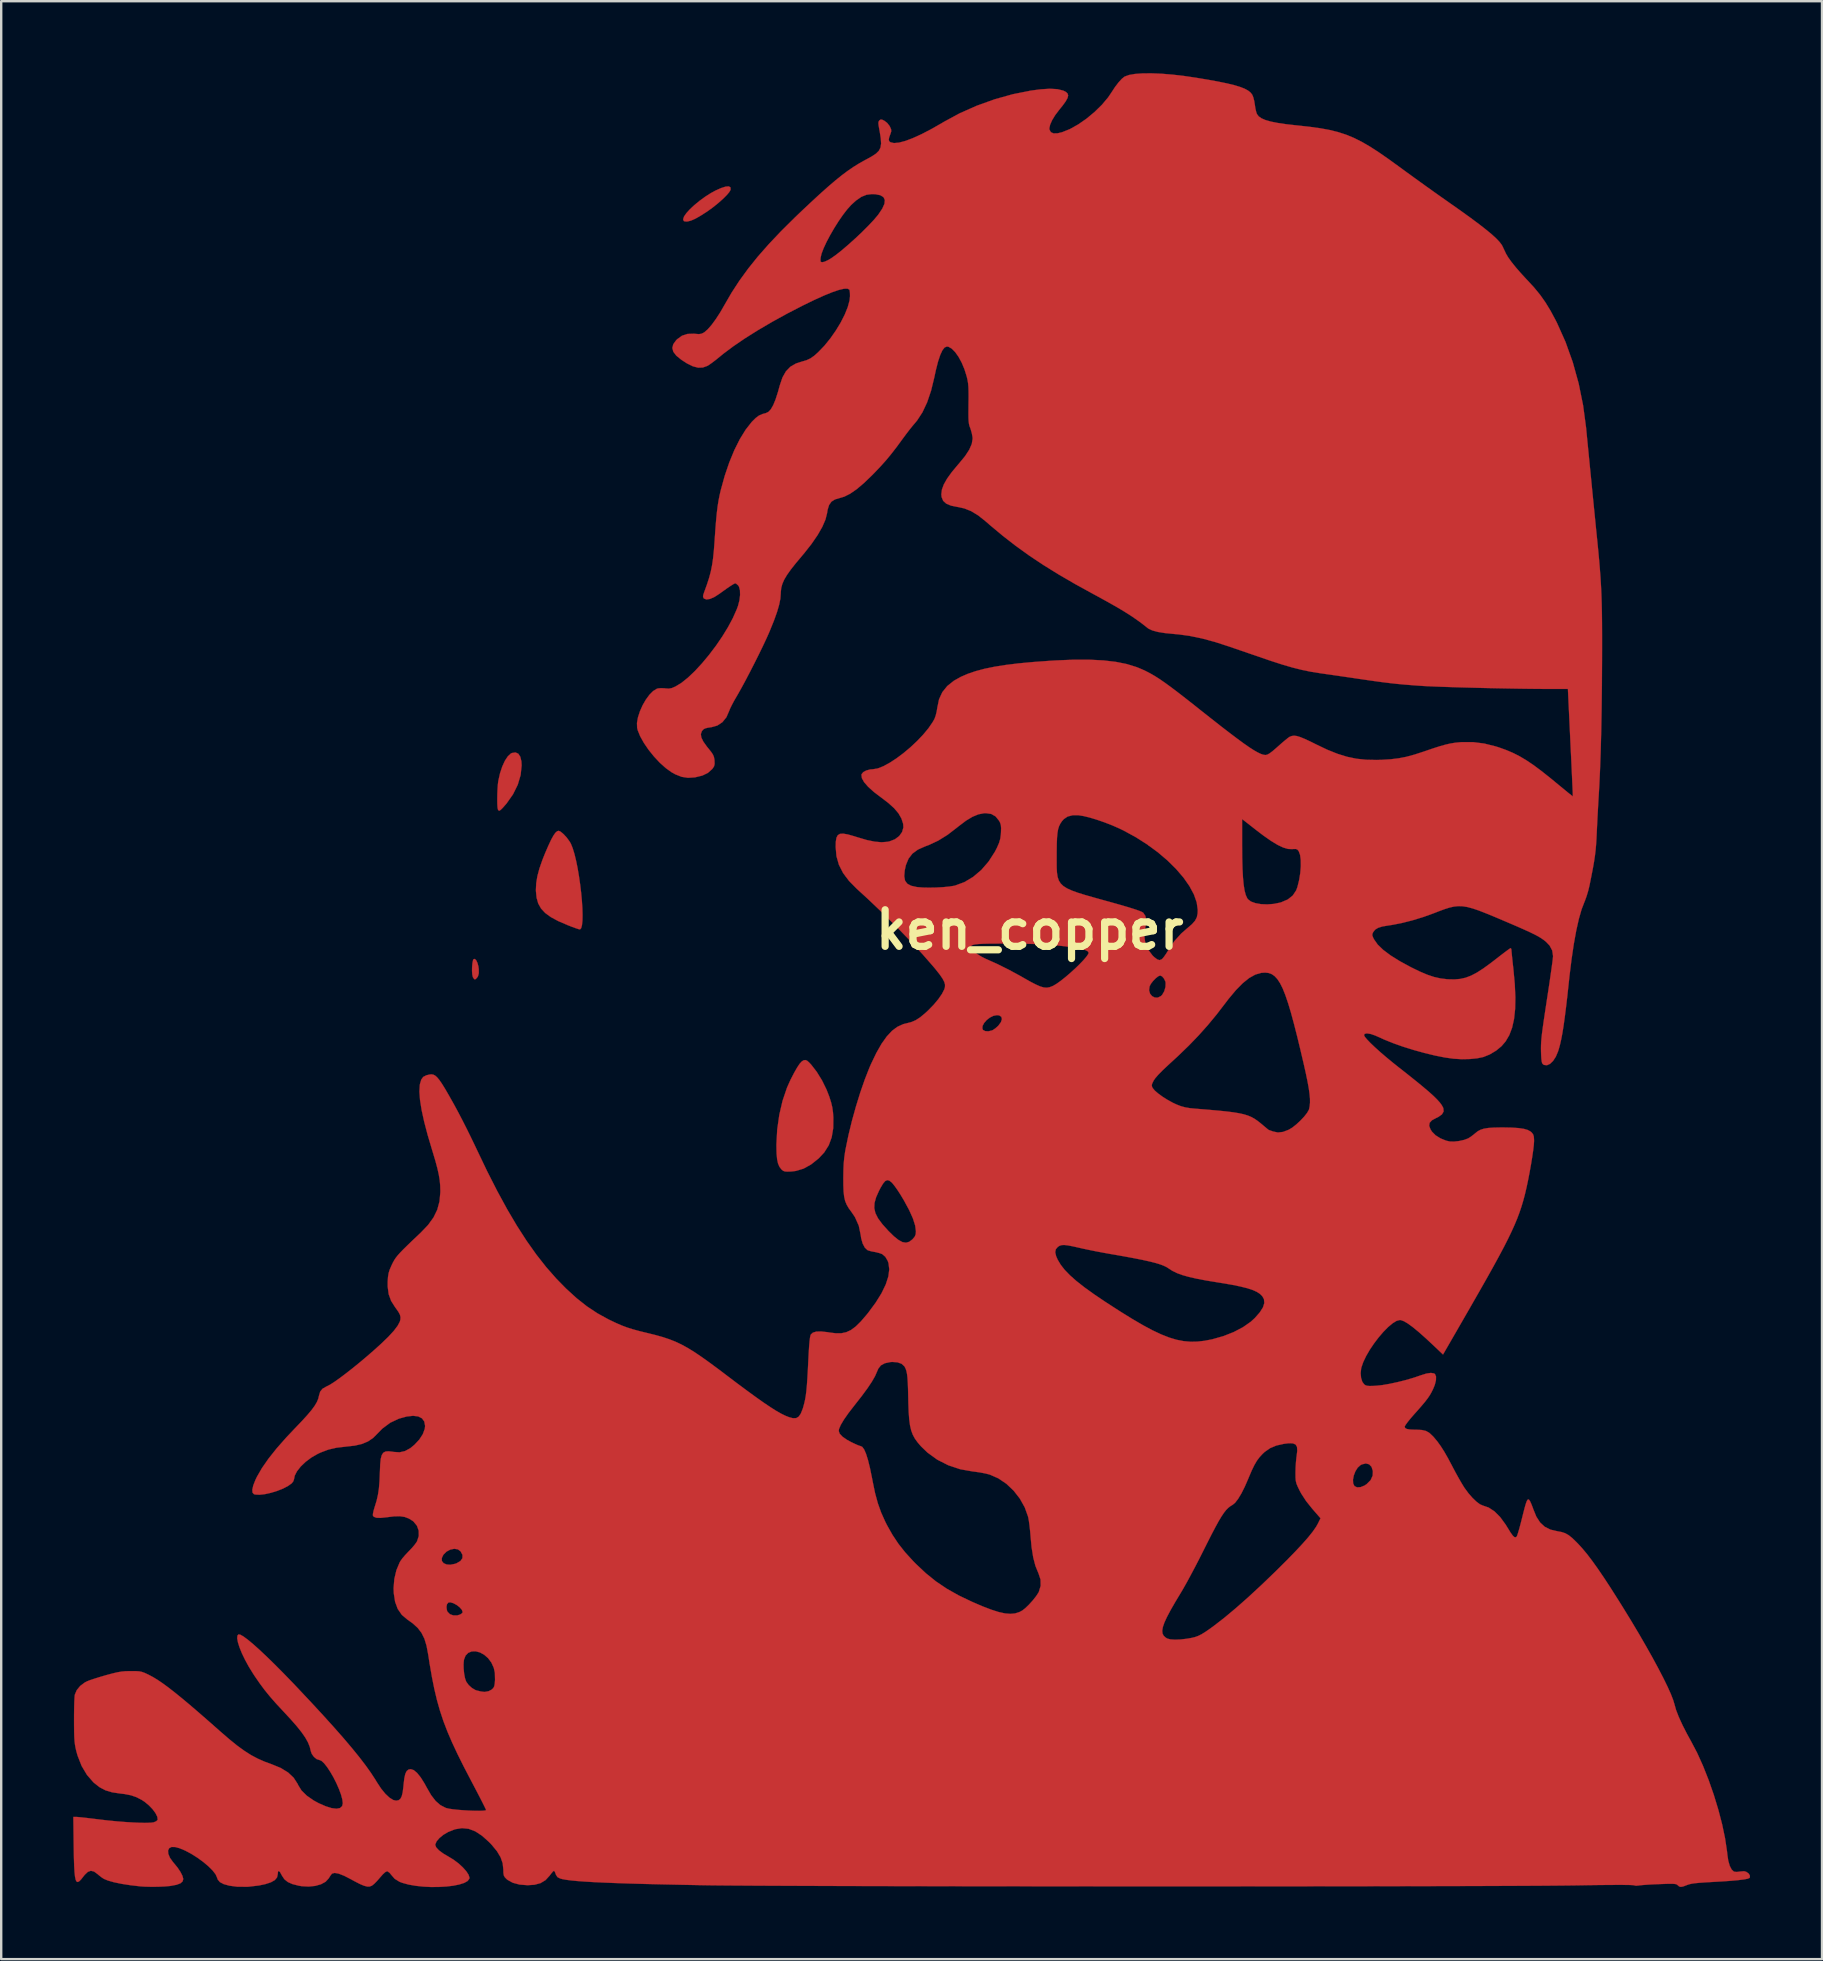
<source format=kicad_pcb>
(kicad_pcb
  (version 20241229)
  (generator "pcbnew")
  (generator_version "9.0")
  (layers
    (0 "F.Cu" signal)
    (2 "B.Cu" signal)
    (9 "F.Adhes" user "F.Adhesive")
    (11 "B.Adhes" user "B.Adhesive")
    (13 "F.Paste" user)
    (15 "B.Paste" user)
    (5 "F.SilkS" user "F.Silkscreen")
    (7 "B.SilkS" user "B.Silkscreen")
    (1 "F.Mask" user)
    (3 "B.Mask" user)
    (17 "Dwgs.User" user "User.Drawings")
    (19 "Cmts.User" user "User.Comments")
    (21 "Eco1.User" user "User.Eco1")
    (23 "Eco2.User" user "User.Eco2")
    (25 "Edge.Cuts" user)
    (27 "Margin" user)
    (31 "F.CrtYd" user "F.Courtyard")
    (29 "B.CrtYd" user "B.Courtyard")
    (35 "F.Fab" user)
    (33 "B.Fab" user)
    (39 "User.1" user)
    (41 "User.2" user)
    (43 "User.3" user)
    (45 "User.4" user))
  (footprint "ken_copper"
    (layer "F.Cu")
    (at 39.848 35.685)
    (property "Reference" "ken_copper" (at 0 0 0) (layer "F.SilkS") (effects (font (size 1.524 1.524) (thickness 0.3))))
    (attr through_hole)
    (fp_poly (pts (xy -23.058 1.272) (xy -23.006 1.382) (xy -22.967 1.528) (xy -22.953 1.633) (xy -22.951 1.808) (xy -22.983 1.93) (xy -23.004 1.968) (xy -23.079 2.056) (xy -23.139 2.061) (xy -23.193 1.983) (xy -23.203 1.958) (xy -23.225 1.852) (xy -23.234 1.703) (xy -23.23 1.539) (xy -23.216 1.385) (xy -23.192 1.269) (xy -23.17 1.224) (xy -23.116 1.214) (xy -23.058 1.272)) (stroke (width 0.01) (type solid)) (fill yes) (layer "F.Cu"))
    (fp_poly (pts (xy -21.305 -7.335) (xy -21.222 -7.209) (xy -21.176 -7.014) (xy -21.167 -6.848) (xy -21.208 -6.448) (xy -21.328 -6.045) (xy -21.524 -5.648) (xy -21.792 -5.266) (xy -21.944 -5.091) (xy -22.041 -4.994) (xy -22.101 -4.959) (xy -22.138 -4.981) (xy -22.157 -5.02) (xy -22.172 -5.105) (xy -22.18 -5.254) (xy -22.182 -5.444) (xy -22.179 -5.656) (xy -22.17 -5.866) (xy -22.157 -6.055) (xy -22.139 -6.201) (xy -22.138 -6.205) (xy -22.067 -6.521) (xy -21.973 -6.804) (xy -21.863 -7.044) (xy -21.742 -7.227) (xy -21.617 -7.343) (xy -21.572 -7.365) (xy -21.423 -7.388) (xy -21.305 -7.335)) (stroke (width 0.01) (type solid)) (fill yes) (layer "F.Cu"))
    (fp_poly (pts (xy -12.468 -30.931) (xy -12.461 -30.841) (xy -12.467 -30.818) (xy -12.523 -30.723) (xy -12.637 -30.592) (xy -12.794 -30.437) (xy -12.982 -30.271) (xy -13.189 -30.104) (xy -13.4 -29.95) (xy -13.462 -29.908) (xy -13.725 -29.74) (xy -13.936 -29.621) (xy -14.105 -29.547) (xy -14.244 -29.511) (xy -14.314 -29.506) (xy -14.402 -29.519) (xy -14.434 -29.572) (xy -14.436 -29.61) (xy -14.401 -29.716) (xy -14.304 -29.855) (xy -14.157 -30.017) (xy -13.971 -30.191) (xy -13.757 -30.367) (xy -13.526 -30.536) (xy -13.29 -30.687) (xy -13.101 -30.791) (xy -12.859 -30.9) (xy -12.67 -30.96) (xy -12.538 -30.97) (xy -12.468 -30.931)) (stroke (width 0.01) (type solid)) (fill yes) (layer "F.Cu"))
    (fp_poly (pts (xy -9.272 5.454) (xy -9.189 5.528) (xy -9.103 5.62) (xy -8.871 5.92) (xy -8.652 6.276) (xy -8.462 6.663) (xy -8.35 6.951) (xy -8.273 7.194) (xy -8.224 7.401) (xy -8.195 7.614) (xy -8.181 7.83) (xy -8.186 8.266) (xy -8.25 8.646) (xy -8.374 8.98) (xy -8.563 9.278) (xy -8.793 9.524) (xy -9.11 9.777) (xy -9.423 9.95) (xy -9.74 10.046) (xy -9.934 10.069) (xy -10.097 10.074) (xy -10.201 10.067) (xy -10.271 10.041) (xy -10.333 9.991) (xy -10.345 9.979) (xy -10.426 9.875) (xy -10.484 9.74) (xy -10.523 9.561) (xy -10.545 9.327) (xy -10.552 9.024) (xy -10.552 8.932) (xy -10.519 8.315) (xy -10.432 7.705) (xy -10.296 7.121) (xy -10.113 6.58) (xy -9.965 6.249) (xy -9.814 5.957) (xy -9.689 5.737) (xy -9.585 5.582) (xy -9.496 5.484) (xy -9.418 5.436) (xy -9.406 5.433) (xy -9.338 5.427) (xy -9.272 5.454)) (stroke (width 0.01) (type solid)) (fill yes) (layer "F.Cu"))
    (fp_poly (pts (xy -19.562 -4.1) (xy -19.47 -4.029) (xy -19.411 -3.976) (xy -19.283 -3.836) (xy -19.164 -3.671) (xy -19.114 -3.583) (xy -19.039 -3.396) (xy -18.966 -3.158) (xy -18.898 -2.877) (xy -18.835 -2.566) (xy -18.778 -2.233) (xy -18.729 -1.889) (xy -18.688 -1.546) (xy -18.657 -1.213) (xy -18.637 -0.9) (xy -18.629 -0.619) (xy -18.634 -0.38) (xy -18.653 -0.192) (xy -18.687 -0.067) (xy -18.734 -0.016) (xy -18.787 -0.026) (xy -18.902 -0.063) (xy -19.062 -0.121) (xy -19.25 -0.194) (xy -19.262 -0.199) (xy -19.644 -0.364) (xy -19.95 -0.529) (xy -20.185 -0.7) (xy -20.358 -0.886) (xy -20.475 -1.095) (xy -20.543 -1.335) (xy -20.571 -1.614) (xy -20.572 -1.675) (xy -20.558 -1.95) (xy -20.51 -2.238) (xy -20.425 -2.556) (xy -20.299 -2.917) (xy -20.187 -3.196) (xy -20.051 -3.51) (xy -19.938 -3.751) (xy -19.842 -3.925) (xy -19.761 -4.041) (xy -19.689 -4.104) (xy -19.684 -4.107) (xy -19.627 -4.123) (xy -19.562 -4.1)) (stroke (width 0.01) (type solid)) (fill yes) (layer "F.Cu"))
    (fp_poly (pts (xy 5.494 -35.663) (xy 5.958 -35.625) (xy 6.454 -35.567) (xy 6.914 -35.499) (xy 7.426 -35.414) (xy 7.861 -35.334) (xy 8.224 -35.259) (xy 8.523 -35.187) (xy 8.763 -35.114) (xy 8.951 -35.041) (xy 9.094 -34.964) (xy 9.197 -34.882) (xy 9.268 -34.793) (xy 9.314 -34.682) (xy 9.354 -34.524) (xy 9.377 -34.381) (xy 9.402 -34.216) (xy 9.436 -34.069) (xy 9.467 -33.983) (xy 9.539 -33.888) (xy 9.655 -33.806) (xy 9.821 -33.734) (xy 10.044 -33.67) (xy 10.331 -33.613) (xy 10.688 -33.56) (xy 11.123 -33.511) (xy 11.176 -33.506) (xy 11.667 -33.452) (xy 12.101 -33.392) (xy 12.489 -33.321) (xy 12.845 -33.233) (xy 13.181 -33.124) (xy 13.508 -32.989) (xy 13.839 -32.823) (xy 14.186 -32.621) (xy 14.562 -32.377) (xy 14.978 -32.087) (xy 15.388 -31.79) (xy 15.719 -31.548) (xy 16.085 -31.283) (xy 16.465 -31.009) (xy 16.839 -30.742) (xy 17.185 -30.497) (xy 17.462 -30.302) (xy 17.947 -29.961) (xy 18.364 -29.66) (xy 18.717 -29.398) (xy 19.009 -29.17) (xy 19.246 -28.974) (xy 19.431 -28.805) (xy 19.568 -28.661) (xy 19.661 -28.539) (xy 19.698 -28.472) (xy 19.767 -28.326) (xy 19.838 -28.175) (xy 19.844 -28.163) (xy 19.929 -28.018) (xy 20.066 -27.827) (xy 20.244 -27.604) (xy 20.454 -27.362) (xy 20.684 -27.112) (xy 20.723 -27.072) (xy 21.012 -26.758) (xy 21.261 -26.455) (xy 21.484 -26.139) (xy 21.697 -25.79) (xy 21.913 -25.387) (xy 21.966 -25.283) (xy 22.32 -24.492) (xy 22.623 -23.646) (xy 22.869 -22.758) (xy 23.055 -21.841) (xy 23.176 -20.934) (xy 23.226 -20.416) (xy 23.28 -19.869) (xy 23.335 -19.307) (xy 23.391 -18.743) (xy 23.445 -18.19) (xy 23.498 -17.662) (xy 23.547 -17.172) (xy 23.59 -16.734) (xy 23.628 -16.362) (xy 23.641 -16.235) (xy 23.685 -15.792) (xy 23.722 -15.391) (xy 23.753 -15.02) (xy 23.779 -14.668) (xy 23.8 -14.323) (xy 23.816 -13.972) (xy 23.828 -13.605) (xy 23.837 -13.21) (xy 23.842 -12.775) (xy 23.844 -12.289) (xy 23.844 -11.739) (xy 23.843 -11.218) (xy 23.837 -10.178) (xy 23.825 -9.201) (xy 23.809 -8.292) (xy 23.787 -7.454) (xy 23.76 -6.69) (xy 23.728 -6.005) (xy 23.704 -5.588) (xy 23.688 -5.325) (xy 23.671 -5.007) (xy 23.652 -4.662) (xy 23.635 -4.318) (xy 23.623 -4.061) (xy 23.609 -3.774) (xy 23.593 -3.527) (xy 23.573 -3.301) (xy 23.546 -3.079) (xy 23.511 -2.845) (xy 23.465 -2.581) (xy 23.405 -2.27) (xy 23.33 -1.895) (xy 23.322 -1.855) (xy 23.27 -1.637) (xy 23.203 -1.412) (xy 23.134 -1.219) (xy 23.112 -1.166) (xy 22.991 -0.852) (xy 22.877 -0.454) (xy 22.769 0.026) (xy 22.667 0.588) (xy 22.572 1.231) (xy 22.483 1.954) (xy 22.459 2.18) (xy 22.398 2.746) (xy 22.341 3.235) (xy 22.288 3.655) (xy 22.238 4.013) (xy 22.189 4.318) (xy 22.139 4.576) (xy 22.089 4.797) (xy 22.036 4.987) (xy 22.013 5.06) (xy 21.918 5.286) (xy 21.802 5.464) (xy 21.676 5.585) (xy 21.547 5.643) (xy 21.426 5.629) (xy 21.389 5.607) (xy 21.355 5.569) (xy 21.332 5.503) (xy 21.317 5.393) (xy 21.306 5.225) (xy 21.301 5.073) (xy 21.299 4.94) (xy 21.301 4.807) (xy 21.308 4.664) (xy 21.322 4.501) (xy 21.343 4.308) (xy 21.374 4.074) (xy 21.414 3.789) (xy 21.466 3.443) (xy 21.529 3.026) (xy 21.544 2.927) (xy 21.601 2.555) (xy 21.654 2.204) (xy 21.7 1.883) (xy 21.74 1.602) (xy 21.771 1.373) (xy 21.792 1.205) (xy 21.801 1.107) (xy 21.802 1.095) (xy 21.767 0.861) (xy 21.658 0.656) (xy 21.509 0.5) (xy 21.417 0.426) (xy 21.314 0.354) (xy 21.191 0.279) (xy 21.039 0.198) (xy 20.848 0.105) (xy 20.61 -0.004) (xy 20.314 -0.135) (xy 19.953 -0.29) (xy 19.812 -0.35) (xy 19.384 -0.532) (xy 19.022 -0.681) (xy 18.718 -0.8) (xy 18.459 -0.888) (xy 18.235 -0.948) (xy 18.037 -0.98) (xy 17.852 -0.986) (xy 17.672 -0.967) (xy 17.484 -0.924) (xy 17.279 -0.859) (xy 17.046 -0.773) (xy 16.849 -0.696) (xy 16.407 -0.536) (xy 15.947 -0.395) (xy 15.496 -0.281) (xy 15.08 -0.2) (xy 14.941 -0.18) (xy 14.692 -0.138) (xy 14.513 -0.082) (xy 14.389 -0.005) (xy 14.31 0.095) (xy 14.275 0.17) (xy 14.273 0.236) (xy 14.306 0.324) (xy 14.348 0.405) (xy 14.496 0.615) (xy 14.725 0.836) (xy 15.034 1.068) (xy 15.425 1.311) (xy 15.883 1.56) (xy 16.248 1.738) (xy 16.562 1.871) (xy 16.843 1.965) (xy 17.109 2.025) (xy 17.378 2.058) (xy 17.444 2.062) (xy 17.701 2.067) (xy 17.935 2.046) (xy 18.16 1.996) (xy 18.387 1.91) (xy 18.629 1.783) (xy 18.898 1.61) (xy 19.206 1.386) (xy 19.438 1.207) (xy 19.626 1.061) (xy 19.791 0.935) (xy 19.922 0.838) (xy 20.007 0.778) (xy 20.034 0.763) (xy 20.062 0.797) (xy 20.067 0.836) (xy 20.072 0.901) (xy 20.085 1.035) (xy 20.104 1.222) (xy 20.128 1.448) (xy 20.151 1.651) (xy 20.208 2.272) (xy 20.232 2.82) (xy 20.222 3.3) (xy 20.177 3.718) (xy 20.096 4.079) (xy 19.979 4.389) (xy 19.824 4.651) (xy 19.657 4.847) (xy 19.429 5.035) (xy 19.16 5.195) (xy 18.902 5.299) (xy 18.648 5.353) (xy 18.338 5.384) (xy 18 5.391) (xy 17.66 5.371) (xy 17.658 5.371) (xy 17.302 5.321) (xy 16.891 5.24) (xy 16.447 5.132) (xy 15.991 5.006) (xy 15.543 4.866) (xy 15.126 4.718) (xy 14.761 4.57) (xy 14.621 4.505) (xy 14.382 4.4) (xy 14.186 4.336) (xy 14.04 4.315) (xy 13.952 4.337) (xy 13.928 4.39) (xy 13.96 4.457) (xy 14.052 4.568) (xy 14.195 4.717) (xy 14.382 4.895) (xy 14.606 5.097) (xy 14.858 5.313) (xy 15.131 5.538) (xy 15.35 5.713) (xy 15.761 6.036) (xy 16.108 6.314) (xy 16.398 6.552) (xy 16.636 6.754) (xy 16.826 6.926) (xy 16.973 7.071) (xy 17.084 7.195) (xy 17.164 7.303) (xy 17.217 7.399) (xy 17.231 7.433) (xy 17.243 7.568) (xy 17.172 7.691) (xy 17.02 7.799) (xy 16.941 7.836) (xy 16.76 7.933) (xy 16.66 8.04) (xy 16.641 8.166) (xy 16.698 8.318) (xy 16.761 8.413) (xy 16.909 8.562) (xy 17.114 8.69) (xy 17.346 8.784) (xy 17.498 8.819) (xy 17.674 8.824) (xy 17.887 8.8) (xy 18.098 8.753) (xy 18.266 8.69) (xy 18.377 8.62) (xy 18.505 8.523) (xy 18.55 8.484) (xy 18.661 8.396) (xy 18.781 8.331) (xy 18.924 8.285) (xy 19.104 8.256) (xy 19.336 8.241) (xy 19.634 8.235) (xy 19.727 8.235) (xy 20.085 8.242) (xy 20.369 8.261) (xy 20.588 8.293) (xy 20.751 8.341) (xy 20.869 8.407) (xy 20.916 8.449) (xy 20.972 8.524) (xy 21.001 8.615) (xy 21.01 8.751) (xy 21.01 8.816) (xy 20.999 8.976) (xy 20.972 9.202) (xy 20.932 9.477) (xy 20.882 9.784) (xy 20.824 10.106) (xy 20.762 10.427) (xy 20.698 10.73) (xy 20.635 10.999) (xy 20.623 11.049) (xy 20.556 11.297) (xy 20.483 11.54) (xy 20.401 11.783) (xy 20.307 12.033) (xy 20.197 12.296) (xy 20.069 12.579) (xy 19.92 12.888) (xy 19.746 13.23) (xy 19.543 13.611) (xy 19.31 14.037) (xy 19.043 14.515) (xy 18.738 15.052) (xy 18.393 15.654) (xy 18.334 15.758) (xy 17.218 17.694) (xy 16.851 17.345) (xy 16.503 17.02) (xy 16.207 16.757) (xy 15.958 16.552) (xy 15.754 16.403) (xy 15.591 16.307) (xy 15.465 16.261) (xy 15.419 16.256) (xy 15.282 16.292) (xy 15.116 16.394) (xy 14.931 16.549) (xy 14.735 16.748) (xy 14.537 16.979) (xy 14.345 17.231) (xy 14.168 17.494) (xy 14.016 17.756) (xy 13.896 18.006) (xy 13.817 18.235) (xy 13.808 18.272) (xy 13.787 18.471) (xy 13.804 18.666) (xy 13.856 18.831) (xy 13.933 18.936) (xy 13.99 18.975) (xy 14.058 18.997) (xy 14.159 19.005) (xy 14.311 19.002) (xy 14.436 18.995) (xy 14.688 18.968) (xy 14.995 18.915) (xy 15.333 18.842) (xy 15.678 18.755) (xy 16.007 18.658) (xy 16.272 18.567) (xy 16.519 18.489) (xy 16.711 18.46) (xy 16.843 18.481) (xy 16.883 18.508) (xy 16.927 18.609) (xy 16.924 18.763) (xy 16.876 18.957) (xy 16.805 19.13) (xy 16.738 19.265) (xy 16.666 19.391) (xy 16.579 19.519) (xy 16.469 19.662) (xy 16.325 19.834) (xy 16.138 20.048) (xy 16.014 20.186) (xy 15.871 20.351) (xy 15.751 20.499) (xy 15.665 20.616) (xy 15.623 20.689) (xy 15.621 20.7) (xy 15.641 20.756) (xy 15.708 20.795) (xy 15.832 20.817) (xy 16.026 20.827) (xy 16.121 20.827) (xy 16.343 20.839) (xy 16.512 20.88) (xy 16.655 20.964) (xy 16.802 21.103) (xy 16.843 21.149) (xy 16.987 21.323) (xy 17.124 21.513) (xy 17.266 21.736) (xy 17.42 22.005) (xy 17.596 22.336) (xy 17.623 22.388) (xy 17.746 22.62) (xy 17.875 22.853) (xy 17.997 23.063) (xy 18.098 23.228) (xy 18.121 23.262) (xy 18.276 23.472) (xy 18.442 23.663) (xy 18.606 23.821) (xy 18.754 23.932) (xy 18.866 23.982) (xy 19.12 24.07) (xy 19.362 24.229) (xy 19.596 24.463) (xy 19.825 24.776) (xy 19.92 24.929) (xy 20.037 25.119) (xy 20.125 25.24) (xy 20.192 25.301) (xy 20.247 25.308) (xy 20.285 25.283) (xy 20.31 25.228) (xy 20.349 25.106) (xy 20.4 24.933) (xy 20.456 24.722) (xy 20.49 24.589) (xy 20.564 24.292) (xy 20.622 24.068) (xy 20.668 23.909) (xy 20.705 23.806) (xy 20.737 23.749) (xy 20.765 23.73) (xy 20.795 23.74) (xy 20.805 23.748) (xy 20.846 23.81) (xy 20.901 23.93) (xy 20.961 24.085) (xy 20.976 24.13) (xy 21.106 24.449) (xy 21.264 24.693) (xy 21.456 24.87) (xy 21.694 24.989) (xy 21.984 25.057) (xy 22.161 25.09) (xy 22.31 25.14) (xy 22.45 25.219) (xy 22.599 25.338) (xy 22.775 25.508) (xy 22.843 25.577) (xy 23.026 25.778) (xy 23.221 26.012) (xy 23.431 26.288) (xy 23.662 26.61) (xy 23.917 26.984) (xy 24.201 27.418) (xy 24.517 27.916) (xy 24.731 28.258) (xy 25.065 28.803) (xy 25.381 29.333) (xy 25.675 29.842) (xy 25.945 30.322) (xy 26.186 30.768) (xy 26.397 31.174) (xy 26.573 31.534) (xy 26.711 31.842) (xy 26.808 32.091) (xy 26.861 32.27) (xy 26.927 32.503) (xy 27.039 32.793) (xy 27.193 33.129) (xy 27.383 33.501) (xy 27.545 33.795) (xy 27.802 34.283) (xy 28.05 34.832) (xy 28.284 35.423) (xy 28.499 36.038) (xy 28.688 36.66) (xy 28.847 37.271) (xy 28.969 37.854) (xy 29.049 38.39) (xy 29.063 38.523) (xy 29.101 38.781) (xy 29.162 38.994) (xy 29.242 39.149) (xy 29.334 39.233) (xy 29.345 39.238) (xy 29.456 39.251) (xy 29.584 39.234) (xy 29.759 39.219) (xy 29.848 39.244) (xy 29.945 39.31) (xy 30.001 39.397) (xy 30.001 39.478) (xy 29.986 39.5) (xy 29.912 39.532) (xy 29.754 39.562) (xy 29.512 39.592) (xy 29.189 39.621) (xy 28.784 39.648) (xy 28.469 39.666) (xy 28.149 39.684) (xy 27.901 39.702) (xy 27.712 39.72) (xy 27.57 39.741) (xy 27.462 39.767) (xy 27.382 39.795) (xy 27.227 39.854) (xy 27.125 39.873) (xy 27.054 39.854) (xy 26.997 39.804) (xy 26.966 39.777) (xy 26.919 39.758) (xy 26.845 39.747) (xy 26.729 39.743) (xy 26.56 39.745) (xy 26.325 39.753) (xy 26.218 39.757) (xy 25.97 39.767) (xy 25.743 39.78) (xy 25.553 39.794) (xy 25.418 39.807) (xy 25.368 39.814) (xy 25.258 39.825) (xy 25.18 39.808) (xy 25.177 39.807) (xy 25.124 39.799) (xy 24.991 39.793) (xy 24.783 39.79) (xy 24.505 39.789) (xy 24.163 39.791) (xy 23.762 39.794) (xy 23.306 39.8) (xy 22.839 39.808) (xy 22.554 39.812) (xy 22.188 39.816) (xy 21.746 39.82) (xy 21.231 39.824) (xy 20.647 39.827) (xy 19.999 39.83) (xy 19.289 39.833) (xy 18.522 39.836) (xy 17.703 39.838) (xy 16.834 39.84) (xy 15.92 39.842) (xy 14.964 39.844) (xy 13.972 39.846) (xy 12.946 39.847) (xy 11.89 39.848) (xy 10.809 39.85) (xy 9.706 39.85) (xy 8.586 39.851) (xy 7.452 39.851) (xy 6.308 39.851) (xy 5.159 39.851) (xy 4.007 39.851) (xy 2.858 39.851) (xy 1.714 39.85) (xy 0.58 39.849) (xy -0.54 39.848) (xy -1.642 39.847) (xy -2.722 39.846) (xy -3.777 39.844) (xy -4.802 39.842) (xy -5.794 39.84) (xy -6.749 39.838) (xy -7.662 39.836) (xy -8.529 39.833) (xy -9.348 39.83) (xy -10.113 39.827) (xy -10.821 39.824) (xy -11.468 39.821) (xy -12.051 39.817) (xy -12.564 39.814) (xy -13.004 39.81) (xy -13.368 39.806) (xy -13.651 39.801) (xy -13.652 39.801) (xy -14.526 39.784) (xy -15.319 39.767) (xy -16.033 39.75) (xy -16.672 39.732) (xy -17.239 39.713) (xy -17.738 39.693) (xy -18.171 39.673) (xy -18.541 39.651) (xy -18.853 39.628) (xy -19.109 39.603) (xy -19.312 39.577) (xy -19.465 39.549) (xy -19.555 39.525) (xy -19.673 39.466) (xy -19.736 39.37) (xy -19.747 39.338) (xy -19.783 39.246) (xy -19.817 39.201) (xy -19.821 39.201) (xy -19.862 39.232) (xy -19.933 39.315) (xy -20.003 39.407) (xy -20.172 39.591) (xy -20.378 39.715) (xy -20.633 39.784) (xy -20.921 39.802) (xy -21.254 39.776) (xy -21.534 39.701) (xy -21.752 39.581) (xy -21.8 39.541) (xy -21.871 39.466) (xy -21.91 39.393) (xy -21.926 39.29) (xy -21.929 39.148) (xy -21.956 38.889) (xy -22.044 38.638) (xy -22.196 38.383) (xy -22.42 38.112) (xy -22.523 38.005) (xy -22.818 37.741) (xy -23.1 37.557) (xy -23.377 37.452) (xy -23.655 37.425) (xy -23.942 37.472) (xy -24.228 37.585) (xy -24.426 37.702) (xy -24.591 37.836) (xy -24.708 37.973) (xy -24.763 38.099) (xy -24.765 38.126) (xy -24.726 38.226) (xy -24.616 38.346) (xy -24.441 38.477) (xy -24.212 38.613) (xy -24.209 38.614) (xy -23.997 38.744) (xy -23.796 38.895) (xy -23.62 39.056) (xy -23.477 39.216) (xy -23.38 39.363) (xy -23.34 39.484) (xy -23.345 39.532) (xy -23.417 39.627) (xy -23.56 39.707) (xy -23.764 39.772) (xy -24.016 39.823) (xy -24.304 39.857) (xy -24.616 39.875) (xy -24.942 39.877) (xy -25.268 39.861) (xy -25.583 39.827) (xy -25.876 39.776) (xy -26.134 39.705) (xy -26.253 39.66) (xy -26.455 39.536) (xy -26.577 39.396) (xy -26.668 39.286) (xy -26.751 39.227) (xy -26.775 39.222) (xy -26.845 39.255) (xy -26.948 39.348) (xy -27.071 39.488) (xy -27.075 39.493) (xy -27.194 39.629) (xy -27.308 39.745) (xy -27.399 39.818) (xy -27.412 39.826) (xy -27.501 39.857) (xy -27.604 39.857) (xy -27.735 39.824) (xy -27.904 39.752) (xy -28.125 39.639) (xy -28.279 39.554) (xy -28.561 39.409) (xy -28.786 39.321) (xy -28.954 39.29) (xy -29.062 39.318) (xy -29.079 39.333) (xy -29.136 39.409) (xy -29.203 39.514) (xy -29.208 39.522) (xy -29.335 39.659) (xy -29.526 39.763) (xy -29.766 39.831) (xy -30.039 39.859) (xy -30.33 39.843) (xy -30.454 39.822) (xy -30.716 39.755) (xy -30.909 39.669) (xy -31.049 39.556) (xy -31.15 39.406) (xy -31.158 39.39) (xy -31.231 39.259) (xy -31.284 39.208) (xy -31.317 39.239) (xy -31.327 39.342) (xy -31.356 39.477) (xy -31.449 39.589) (xy -31.611 39.681) (xy -31.846 39.758) (xy -32.112 39.814) (xy -32.572 39.868) (xy -33.004 39.867) (xy -33.343 39.822) (xy -33.578 39.757) (xy -33.737 39.673) (xy -33.828 39.565) (xy -33.853 39.492) (xy -33.915 39.351) (xy -34.041 39.188) (xy -34.22 39.01) (xy -34.436 38.829) (xy -34.678 38.654) (xy -34.931 38.494) (xy -35.183 38.36) (xy -35.42 38.261) (xy -35.595 38.213) (xy -35.75 38.209) (xy -35.851 38.261) (xy -35.897 38.36) (xy -35.887 38.495) (xy -35.82 38.656) (xy -35.694 38.835) (xy -35.661 38.873) (xy -35.507 39.061) (xy -35.382 39.246) (xy -35.298 39.411) (xy -35.264 39.538) (xy -35.264 39.547) (xy -35.292 39.646) (xy -35.382 39.724) (xy -35.542 39.784) (xy -35.776 39.829) (xy -35.825 39.836) (xy -36.046 39.855) (xy -36.318 39.867) (xy -36.606 39.869) (xy -36.877 39.862) (xy -37.042 39.851) (xy -37.46 39.803) (xy -37.834 39.745) (xy -38.155 39.678) (xy -38.411 39.605) (xy -38.57 39.538) (xy -38.662 39.478) (xy -38.779 39.387) (xy -38.833 39.34) (xy -38.981 39.233) (xy -39.112 39.201) (xy -39.238 39.246) (xy -39.369 39.37) (xy -39.428 39.444) (xy -39.519 39.56) (xy -39.595 39.637) (xy -39.657 39.669) (xy -39.705 39.653) (xy -39.744 39.582) (xy -39.772 39.452) (xy -39.793 39.258) (xy -39.808 38.994) (xy -39.819 38.657) (xy -39.826 38.24) (xy -39.827 38.195) (xy -39.843 36.957) (xy -39.723 36.957) (xy -39.645 36.963) (xy -39.498 36.977) (xy -39.297 36.999) (xy -39.057 37.028) (xy -38.793 37.06) (xy -38.756 37.065) (xy -38.389 37.107) (xy -38.02 37.143) (xy -37.663 37.171) (xy -37.33 37.191) (xy -37.033 37.203) (xy -36.784 37.205) (xy -36.596 37.197) (xy -36.491 37.182) (xy -36.389 37.137) (xy -36.332 37.081) (xy -36.33 37.072) (xy -36.344 36.953) (xy -36.418 36.803) (xy -36.539 36.638) (xy -36.695 36.475) (xy -36.874 36.327) (xy -36.993 36.249) (xy -37.214 36.135) (xy -37.443 36.056) (xy -37.707 36.004) (xy -37.888 35.983) (xy -38.226 35.933) (xy -38.506 35.849) (xy -38.75 35.72) (xy -38.983 35.537) (xy -39.009 35.513) (xy -39.276 35.206) (xy -39.497 34.835) (xy -39.666 34.405) (xy -39.718 34.221) (xy -39.75 34.083) (xy -39.774 33.951) (xy -39.791 33.81) (xy -39.802 33.644) (xy -39.809 33.437) (xy -39.812 33.173) (xy -39.813 32.935) (xy -39.812 32.656) (xy -39.808 32.395) (xy -39.802 32.169) (xy -39.793 31.994) (xy -39.784 31.883) (xy -39.781 31.866) (xy -39.702 31.678) (xy -39.557 31.501) (xy -39.364 31.356) (xy -39.264 31.305) (xy -39.145 31.259) (xy -38.965 31.199) (xy -38.748 31.131) (xy -38.516 31.063) (xy -38.46 31.047) (xy -38.202 30.978) (xy -38 30.931) (xy -37.828 30.902) (xy -37.662 30.887) (xy -37.477 30.883) (xy -37.442 30.883) (xy -37.242 30.884) (xy -37.099 30.893) (xy -36.983 30.917) (xy -36.866 30.96) (xy -36.719 31.029) (xy -36.69 31.043) (xy -36.52 31.134) (xy -36.334 31.247) (xy -36.127 31.387) (xy -35.895 31.557) (xy -35.631 31.762) (xy -35.331 32.005) (xy -34.99 32.29) (xy -34.602 32.623) (xy -34.163 33.006) (xy -33.718 33.399) (xy -33.348 33.719) (xy -33.021 33.984) (xy -32.722 34.201) (xy -32.44 34.381) (xy -32.16 34.53) (xy -31.87 34.657) (xy -31.586 34.761) (xy -31.204 34.918) (xy -30.898 35.105) (xy -30.664 35.325) (xy -30.499 35.581) (xy -30.477 35.63) (xy -30.338 35.856) (xy -30.119 36.072) (xy -29.826 36.275) (xy -29.619 36.387) (xy -29.327 36.515) (xy -29.079 36.592) (xy -28.879 36.616) (xy -28.733 36.588) (xy -28.644 36.508) (xy -28.617 36.391) (xy -28.638 36.223) (xy -28.694 36.018) (xy -28.78 35.787) (xy -28.887 35.545) (xy -29.009 35.304) (xy -29.139 35.079) (xy -29.27 34.881) (xy -29.394 34.724) (xy -29.504 34.622) (xy -29.591 34.586) (xy -29.705 34.55) (xy -29.819 34.456) (xy -29.91 34.331) (xy -29.951 34.213) (xy -29.993 34.038) (xy -30.066 33.856) (xy -30.176 33.658) (xy -30.329 33.436) (xy -30.53 33.184) (xy -30.785 32.892) (xy -31.098 32.554) (xy -31.107 32.545) (xy -31.405 32.224) (xy -31.655 31.938) (xy -31.875 31.667) (xy -32.08 31.391) (xy -32.288 31.089) (xy -32.361 30.977) (xy -32.538 30.69) (xy -32.692 30.407) (xy -32.821 30.139) (xy -32.92 29.895) (xy -32.986 29.685) (xy -33.016 29.518) (xy -33.006 29.403) (xy -32.962 29.354) (xy -32.885 29.367) (xy -32.756 29.44) (xy -32.579 29.571) (xy -32.356 29.756) (xy -32.091 29.993) (xy -31.787 30.279) (xy -31.449 30.609) (xy -31.079 30.982) (xy -30.68 31.394) (xy -30.496 31.588) (xy -29.932 32.188) (xy -29.428 32.734) (xy -28.979 33.231) (xy -28.582 33.682) (xy -28.235 34.092) (xy -27.932 34.465) (xy -27.672 34.804) (xy -27.451 35.114) (xy -27.265 35.398) (xy -27.197 35.511) (xy -27.023 35.776) (xy -26.845 35.994) (xy -26.672 36.156) (xy -26.513 36.254) (xy -26.398 36.28) (xy -26.297 36.263) (xy -26.22 36.207) (xy -26.163 36.1) (xy -26.122 35.932) (xy -26.092 35.694) (xy -26.084 35.607) (xy -26.054 35.349) (xy -26.013 35.165) (xy -25.956 35.047) (xy -25.878 34.984) (xy -25.785 34.967) (xy -25.661 35.008) (xy -25.521 35.126) (xy -25.367 35.317) (xy -25.205 35.577) (xy -25.121 35.733) (xy -24.936 36.052) (xy -24.749 36.294) (xy -24.55 36.467) (xy -24.335 36.578) (xy -24.299 36.59) (xy -24.183 36.617) (xy -24.015 36.641) (xy -23.811 36.663) (xy -23.585 36.68) (xy -23.354 36.694) (xy -23.133 36.702) (xy -22.936 36.704) (xy -22.78 36.699) (xy -22.679 36.688) (xy -22.648 36.67) (xy -22.667 36.623) (xy -22.722 36.51) (xy -22.806 36.342) (xy -22.916 36.127) (xy -23.047 35.875) (xy -23.194 35.595) (xy -23.266 35.458) (xy -23.572 34.871) (xy -23.836 34.342) (xy -24.063 33.857) (xy -24.258 33.403) (xy -24.425 32.967) (xy -24.568 32.535) (xy -24.693 32.094) (xy -24.803 31.631) (xy -24.903 31.132) (xy -24.998 30.584) (xy -25 30.573) (xy -23.587 30.573) (xy -23.583 30.777) (xy -23.562 30.991) (xy -23.525 31.182) (xy -23.478 31.318) (xy -23.376 31.461) (xy -23.236 31.588) (xy -23.09 31.673) (xy -23.037 31.69) (xy -22.937 31.714) (xy -22.881 31.729) (xy -22.715 31.751) (xy -22.542 31.72) (xy -22.409 31.649) (xy -22.345 31.585) (xy -22.307 31.511) (xy -22.287 31.401) (xy -22.275 31.251) (xy -22.282 30.953) (xy -22.327 30.747) (xy -22.428 30.525) (xy -22.566 30.342) (xy -22.728 30.201) (xy -22.903 30.105) (xy -23.08 30.058) (xy -23.246 30.063) (xy -23.391 30.122) (xy -23.504 30.239) (xy -23.569 30.408) (xy -23.587 30.573) (xy -25 30.573) (xy -25.06 30.19) (xy -25.128 29.828) (xy -25.217 29.534) (xy -25.337 29.291) (xy -25.408 29.198) (xy 5.52 29.198) (xy 5.532 29.317) (xy 5.581 29.411) (xy 5.663 29.486) (xy 5.731 29.527) (xy 5.859 29.561) (xy 6.049 29.574) (xy 6.283 29.565) (xy 6.543 29.535) (xy 6.752 29.498) (xy 6.893 29.463) (xy 7.024 29.415) (xy 7.162 29.346) (xy 7.322 29.247) (xy 7.521 29.109) (xy 7.687 28.987) (xy 8.112 28.658) (xy 8.583 28.264) (xy 9.098 27.81) (xy 9.652 27.297) (xy 10.241 26.731) (xy 10.281 26.691) (xy 10.702 26.273) (xy 11.06 25.905) (xy 11.359 25.585) (xy 11.602 25.309) (xy 11.79 25.074) (xy 11.928 24.876) (xy 12.006 24.738) (xy 12.115 24.515) (xy 11.772 24.121) (xy 11.515 23.8) (xy 11.311 23.486) (xy 11.249 23.371) (xy 11.166 23.201) (xy 11.113 23.073) (xy 11.085 22.957) (xy 11.081 22.909) (xy 13.467 22.909) (xy 13.474 23.063) (xy 13.527 23.172) (xy 13.528 23.174) (xy 13.637 23.227) (xy 13.783 23.219) (xy 13.946 23.153) (xy 14.037 23.093) (xy 14.204 22.925) (xy 14.288 22.736) (xy 14.295 22.547) (xy 14.24 22.373) (xy 14.138 22.267) (xy 14 22.232) (xy 13.835 22.273) (xy 13.776 22.305) (xy 13.661 22.41) (xy 13.567 22.561) (xy 13.5 22.735) (xy 13.467 22.909) (xy 11.081 22.909) (xy 11.074 22.823) (xy 11.072 22.638) (xy 11.072 22.609) (xy 11.078 22.393) (xy 11.092 22.171) (xy 11.111 21.983) (xy 11.118 21.936) (xy 11.146 21.704) (xy 11.135 21.542) (xy 11.075 21.442) (xy 10.96 21.394) (xy 10.78 21.391) (xy 10.593 21.414) (xy 10.276 21.485) (xy 10.016 21.594) (xy 9.789 21.752) (xy 9.693 21.842) (xy 9.57 21.976) (xy 9.462 22.122) (xy 9.36 22.297) (xy 9.253 22.516) (xy 9.133 22.797) (xy 9.105 22.865) (xy 8.96 23.199) (xy 8.817 23.483) (xy 8.68 23.71) (xy 8.555 23.871) (xy 8.454 23.955) (xy 8.361 24.011) (xy 8.273 24.08) (xy 8.184 24.169) (xy 8.091 24.287) (xy 7.989 24.439) (xy 7.873 24.633) (xy 7.739 24.877) (xy 7.581 25.177) (xy 7.396 25.542) (xy 7.234 25.866) (xy 7.07 26.191) (xy 6.898 26.524) (xy 6.727 26.846) (xy 6.567 27.143) (xy 6.425 27.396) (xy 6.311 27.592) (xy 6.305 27.601) (xy 6.063 28.004) (xy 5.868 28.343) (xy 5.718 28.626) (xy 5.611 28.859) (xy 5.546 29.047) (xy 5.52 29.198) (xy -25.408 29.198) (xy -25.497 29.082) (xy -25.709 28.89) (xy -25.931 28.732) (xy -26.159 28.539) (xy -26.327 28.296) (xy -26.355 28.221) (xy -24.299 28.221) (xy -24.278 28.354) (xy -24.254 28.411) (xy -24.156 28.511) (xy -24.011 28.563) (xy -23.844 28.561) (xy -23.73 28.526) (xy -23.651 28.474) (xy -23.622 28.426) (xy -23.658 28.328) (xy -23.749 28.224) (xy -23.875 28.127) (xy -24.012 28.053) (xy -24.138 28.017) (xy -24.221 28.028) (xy -24.279 28.102) (xy -24.299 28.221) (xy -26.355 28.221) (xy -26.438 27.998) (xy -26.493 27.641) (xy -26.501 27.423) (xy -26.47 27.044) (xy -26.384 26.679) (xy -26.249 26.357) (xy -26.223 26.31) (xy -26.144 26.199) (xy -26.128 26.179) (xy -24.495 26.179) (xy -24.488 26.297) (xy -24.418 26.386) (xy -24.298 26.44) (xy -24.137 26.452) (xy -23.947 26.415) (xy -23.876 26.39) (xy -23.715 26.296) (xy -23.633 26.177) (xy -23.631 26.04) (xy -23.71 25.893) (xy -23.824 25.81) (xy -23.973 25.787) (xy -24.137 25.82) (xy -24.295 25.904) (xy -24.426 26.035) (xy -24.43 26.04) (xy -24.495 26.179) (xy -26.128 26.179) (xy -26.026 26.058) (xy -25.891 25.914) (xy -25.864 25.887) (xy -25.732 25.748) (xy -25.615 25.609) (xy -25.535 25.495) (xy -25.524 25.476) (xy -25.452 25.256) (xy -25.455 25.033) (xy -25.529 24.826) (xy -25.669 24.655) (xy -25.702 24.628) (xy -25.868 24.525) (xy -26.042 24.46) (xy -26.243 24.431) (xy -26.487 24.437) (xy -26.793 24.474) (xy -26.801 24.475) (xy -27.048 24.501) (xy -27.221 24.494) (xy -27.327 24.452) (xy -27.363 24.404) (xy -27.362 24.334) (xy -27.337 24.21) (xy -27.293 24.057) (xy -27.285 24.033) (xy -27.208 23.782) (xy -27.152 23.534) (xy -27.112 23.268) (xy -27.087 22.961) (xy -27.072 22.593) (xy -27.071 22.573) (xy -27.059 22.272) (xy -27.037 22.046) (xy -26.996 21.888) (xy -26.933 21.788) (xy -26.839 21.736) (xy -26.71 21.725) (xy -26.539 21.745) (xy -26.5 21.752) (xy -26.253 21.768) (xy -26.026 21.717) (xy -25.803 21.595) (xy -25.633 21.455) (xy -25.431 21.239) (xy -25.285 21.014) (xy -25.233 20.875) (xy -7.958 20.875) (xy -7.918 20.991) (xy -7.799 21.118) (xy -7.605 21.252) (xy -7.447 21.338) (xy -7.291 21.413) (xy -7.159 21.471) (xy -7.073 21.502) (xy -7.056 21.505) (xy -6.977 21.541) (xy -6.898 21.648) (xy -6.819 21.83) (xy -6.738 22.089) (xy -6.655 22.426) (xy -6.569 22.846) (xy -6.542 22.988) (xy -6.442 23.471) (xy -6.327 23.893) (xy -6.188 24.282) (xy -6.018 24.66) (xy -5.948 24.799) (xy -5.718 25.207) (xy -5.472 25.577) (xy -5.191 25.933) (xy -4.858 26.298) (xy -4.741 26.417) (xy -4.325 26.808) (xy -3.902 27.149) (xy -3.452 27.452) (xy -2.957 27.731) (xy -2.396 27.999) (xy -1.968 28.183) (xy -1.603 28.323) (xy -1.293 28.422) (xy -1.029 28.48) (xy -0.804 28.498) (xy -0.609 28.48) (xy -0.435 28.425) (xy -0.313 28.361) (xy -0.183 28.26) (xy -0.028 28.11) (xy 0.129 27.936) (xy 0.267 27.761) (xy 0.367 27.608) (xy 0.38 27.581) (xy 0.456 27.331) (xy 0.451 27.069) (xy 0.364 26.806) (xy 0.357 26.792) (xy 0.238 26.501) (xy 0.146 26.147) (xy 0.078 25.722) (xy 0.04 25.316) (xy 0.019 25.071) (xy -0.007 24.832) (xy -0.035 24.625) (xy -0.063 24.472) (xy -0.069 24.448) (xy -0.207 24.062) (xy -0.411 23.697) (xy -0.669 23.366) (xy -0.971 23.08) (xy -1.305 22.854) (xy -1.659 22.698) (xy -1.679 22.692) (xy -1.844 22.65) (xy -2.057 22.609) (xy -2.282 22.576) (xy -2.37 22.566) (xy -2.895 22.473) (xy -3.391 22.308) (xy -3.849 22.076) (xy -4.258 21.78) (xy -4.529 21.519) (xy -4.669 21.356) (xy -4.782 21.2) (xy -4.87 21.038) (xy -4.937 20.858) (xy -4.986 20.648) (xy -5.02 20.395) (xy -5.042 20.089) (xy -5.056 19.715) (xy -5.06 19.516) (xy -5.068 19.165) (xy -5.078 18.888) (xy -5.092 18.672) (xy -5.111 18.507) (xy -5.137 18.381) (xy -5.17 18.282) (xy -5.213 18.2) (xy -5.225 18.181) (xy -5.34 18.079) (xy -5.513 18.018) (xy -5.727 18.003) (xy -5.817 18.01) (xy -6.039 18.058) (xy -6.197 18.144) (xy -6.306 18.279) (xy -6.36 18.403) (xy -6.443 18.593) (xy -6.575 18.823) (xy -6.759 19.099) (xy -6.999 19.425) (xy -7.296 19.804) (xy -7.302 19.812) (xy -7.55 20.132) (xy -7.74 20.404) (xy -7.872 20.626) (xy -7.944 20.794) (xy -7.958 20.875) (xy -25.233 20.875) (xy -25.203 20.795) (xy -25.188 20.669) (xy -25.222 20.485) (xy -25.319 20.352) (xy -25.476 20.272) (xy -25.688 20.247) (xy -25.953 20.276) (xy -26.266 20.362) (xy -26.275 20.364) (xy -26.639 20.534) (xy -26.968 20.778) (xy -27.163 20.977) (xy -27.355 21.17) (xy -27.569 21.315) (xy -27.817 21.419) (xy -28.117 21.489) (xy -28.484 21.53) (xy -28.49 21.531) (xy -28.878 21.576) (xy -29.219 21.655) (xy -29.544 21.778) (xy -29.667 21.836) (xy -29.93 21.988) (xy -30.168 22.166) (xy -30.37 22.36) (xy -30.525 22.557) (xy -30.621 22.744) (xy -30.648 22.884) (xy -30.679 22.976) (xy -30.745 23.06) (xy -30.904 23.174) (xy -31.114 23.283) (xy -31.357 23.378) (xy -31.613 23.456) (xy -31.862 23.511) (xy -32.085 23.536) (xy -32.262 23.527) (xy -32.318 23.512) (xy -32.378 23.447) (xy -32.386 23.321) (xy -32.345 23.141) (xy -32.255 22.914) (xy -32.193 22.785) (xy -31.984 22.423) (xy -31.712 22.032) (xy -31.375 21.608) (xy -30.969 21.147) (xy -30.6 20.757) (xy -30.317 20.462) (xy -30.092 20.214) (xy -29.917 20.006) (xy -29.788 19.829) (xy -29.697 19.675) (xy -29.639 19.535) (xy -29.61 19.412) (xy -29.559 19.24) (xy -29.46 19.118) (xy -29.297 19.025) (xy -29.274 19.016) (xy -29.144 18.948) (xy -28.962 18.831) (xy -28.737 18.671) (xy -28.478 18.476) (xy -28.195 18.254) (xy -27.898 18.012) (xy -27.597 17.758) (xy -27.3 17.499) (xy -27.017 17.243) (xy -27.016 17.242) (xy -26.718 16.954) (xy -26.491 16.707) (xy -26.333 16.498) (xy -26.242 16.327) (xy -26.219 16.245) (xy -26.212 16.14) (xy -26.235 16.039) (xy -26.296 15.923) (xy -26.403 15.769) (xy -26.438 15.723) (xy -26.605 15.458) (xy -26.706 15.18) (xy -26.747 14.866) (xy -26.747 14.667) (xy -26.734 14.463) (xy -26.709 14.306) (xy -26.665 14.161) (xy -26.591 13.991) (xy -26.574 13.955) (xy -26.524 13.853) (xy -26.472 13.76) (xy -26.412 13.669) (xy -26.336 13.572) (xy -26.237 13.461) (xy -26.108 13.326) (xy -25.941 13.162) (xy -25.73 12.958) (xy -25.465 12.707) (xy -25.368 12.615) (xy -25.064 12.297) (xy -24.837 11.983) (xy -24.681 11.661) (xy -24.588 11.316) (xy -24.554 10.937) (xy -24.553 10.879) (xy -24.559 10.656) (xy -24.579 10.437) (xy -24.617 10.205) (xy -24.674 9.946) (xy -24.755 9.643) (xy -24.863 9.281) (xy -24.892 9.186) (xy -25.08 8.555) (xy -25.227 7.994) (xy -25.334 7.504) (xy -25.4 7.086) (xy -25.425 6.741) (xy -25.41 6.47) (xy -25.401 6.418) (xy -25.348 6.241) (xy -25.267 6.129) (xy -25.137 6.062) (xy -25.006 6.03) (xy -24.924 6.022) (xy -24.847 6.034) (xy -24.77 6.073) (xy -24.688 6.145) (xy -24.595 6.257) (xy -24.485 6.416) (xy -24.354 6.628) (xy -24.196 6.901) (xy -24.005 7.24) (xy -23.957 7.327) (xy -23.812 7.596) (xy -23.643 7.919) (xy -23.463 8.274) (xy -23.284 8.637) (xy -23.116 8.985) (xy -23.041 9.144) (xy -22.607 10.051) (xy -22.185 10.88) (xy -21.773 11.637) (xy -21.366 12.327) (xy -20.961 12.956) (xy -20.555 13.529) (xy -20.144 14.052) (xy -19.724 14.53) (xy -19.319 14.944) (xy -18.876 15.348) (xy -18.446 15.688) (xy -18.01 15.977) (xy -17.548 16.231) (xy -17.505 16.252) (xy -17.238 16.379) (xy -17.002 16.482) (xy -16.773 16.568) (xy -16.529 16.645) (xy -16.246 16.722) (xy -15.917 16.802) (xy -15.586 16.884) (xy -15.29 16.967) (xy -15.019 17.057) (xy -14.761 17.158) (xy -14.507 17.278) (xy -14.247 17.421) (xy -13.969 17.592) (xy -13.663 17.799) (xy -13.319 18.045) (xy -12.926 18.336) (xy -12.679 18.523) (xy -12.193 18.891) (xy -11.766 19.208) (xy -11.395 19.478) (xy -11.074 19.705) (xy -10.797 19.891) (xy -10.56 20.041) (xy -10.357 20.157) (xy -10.182 20.243) (xy -10.032 20.303) (xy -9.899 20.339) (xy -9.859 20.347) (xy -9.73 20.344) (xy -9.624 20.282) (xy -9.536 20.154) (xy -9.456 19.952) (xy -9.439 19.897) (xy -9.396 19.739) (xy -9.359 19.58) (xy -9.329 19.406) (xy -9.304 19.206) (xy -9.282 18.967) (xy -9.262 18.677) (xy -9.242 18.324) (xy -9.227 18.013) (xy -9.208 17.644) (xy -9.19 17.353) (xy -9.171 17.135) (xy -9.152 16.982) (xy -9.131 16.889) (xy -9.119 16.861) (xy -9.033 16.782) (xy -8.893 16.74) (xy -8.692 16.734) (xy -8.423 16.763) (xy -8.34 16.777) (xy -8.075 16.81) (xy -7.846 16.808) (xy -7.64 16.764) (xy -7.445 16.673) (xy -7.25 16.528) (xy -7.041 16.323) (xy -6.808 16.052) (xy -6.728 15.954) (xy -6.418 15.534) (xy -6.173 15.14) (xy -5.997 14.775) (xy -5.889 14.441) (xy -5.851 14.143) (xy -5.884 13.883) (xy -5.917 13.79) (xy -6.016 13.622) (xy -6.145 13.511) (xy -6.326 13.445) (xy -6.39 13.434) (xy 1.062 13.434) (xy 1.1 13.596) (xy 1.166 13.746) (xy 1.289 13.952) (xy 1.456 14.166) (xy 1.673 14.391) (xy 1.946 14.633) (xy 2.279 14.895) (xy 2.678 15.182) (xy 3.148 15.499) (xy 3.22 15.546) (xy 3.775 15.904) (xy 4.271 16.211) (xy 4.715 16.471) (xy 5.115 16.685) (xy 5.478 16.856) (xy 5.81 16.987) (xy 6.12 17.08) (xy 6.415 17.137) (xy 6.701 17.162) (xy 6.987 17.156) (xy 7.278 17.123) (xy 7.583 17.064) (xy 7.61 17.058) (xy 8.071 16.927) (xy 8.501 16.757) (xy 8.886 16.555) (xy 9.21 16.328) (xy 9.378 16.174) (xy 9.585 15.938) (xy 9.717 15.731) (xy 9.774 15.549) (xy 9.758 15.388) (xy 9.69 15.266) (xy 9.595 15.17) (xy 9.463 15.084) (xy 9.286 15.005) (xy 9.058 14.93) (xy 8.771 14.859) (xy 8.417 14.787) (xy 7.988 14.714) (xy 7.832 14.689) (xy 7.359 14.611) (xy 6.963 14.536) (xy 6.632 14.461) (xy 6.36 14.384) (xy 6.135 14.302) (xy 5.95 14.212) (xy 5.804 14.118) (xy 5.705 14.054) (xy 5.582 13.994) (xy 5.428 13.936) (xy 5.236 13.878) (xy 4.998 13.818) (xy 4.706 13.753) (xy 4.354 13.683) (xy 3.934 13.605) (xy 3.439 13.518) (xy 3.36 13.505) (xy 3.066 13.452) (xy 2.754 13.393) (xy 2.454 13.332) (xy 2.193 13.277) (xy 2.069 13.248) (xy 1.798 13.187) (xy 1.594 13.148) (xy 1.443 13.131) (xy 1.333 13.136) (xy 1.247 13.162) (xy 1.173 13.209) (xy 1.17 13.211) (xy 1.086 13.31) (xy 1.062 13.434) (xy -6.39 13.434) (xy -6.443 13.424) (xy -6.591 13.397) (xy -6.717 13.361) (xy -6.763 13.342) (xy -6.87 13.24) (xy -6.959 13.072) (xy -7.021 12.854) (xy -7.041 12.715) (xy -7.121 12.328) (xy -7.28 11.971) (xy -7.427 11.753) (xy -7.541 11.597) (xy -6.476 11.597) (xy -6.428 11.806) (xy -6.318 12.023) (xy -6.143 12.26) (xy -5.901 12.53) (xy -5.894 12.538) (xy -5.663 12.765) (xy -5.468 12.921) (xy -5.301 13.011) (xy -5.154 13.035) (xy -5.02 12.998) (xy -4.892 12.901) (xy -4.885 12.895) (xy -4.792 12.786) (xy -4.75 12.683) (xy -4.741 12.563) (xy -4.772 12.32) (xy -4.866 12.024) (xy -5.023 11.674) (xy -5.242 11.27) (xy -5.399 11.009) (xy -5.51 10.839) (xy -5.621 10.682) (xy -5.716 10.563) (xy -5.753 10.523) (xy -5.85 10.449) (xy -5.936 10.429) (xy -6.02 10.468) (xy -6.11 10.574) (xy -6.215 10.75) (xy -6.283 10.881) (xy -6.401 11.147) (xy -6.466 11.381) (xy -6.476 11.597) (xy -7.541 11.597) (xy -7.542 11.595) (xy -7.628 11.448) (xy -7.69 11.295) (xy -7.73 11.12) (xy -7.754 10.906) (xy -7.764 10.638) (xy -7.766 10.351) (xy -7.761 10.016) (xy -7.749 9.739) (xy -7.726 9.494) (xy -7.692 9.253) (xy -7.668 9.123) (xy -7.55 8.551) (xy -7.405 7.956) (xy -7.239 7.36) (xy -7.06 6.78) (xy -6.955 6.479) (xy 5.083 6.479) (xy 5.099 6.545) (xy 5.124 6.594) (xy 5.208 6.696) (xy 5.352 6.821) (xy 5.537 6.956) (xy 5.747 7.088) (xy 5.962 7.206) (xy 6.123 7.281) (xy 6.307 7.351) (xy 6.482 7.398) (xy 6.678 7.431) (xy 6.919 7.454) (xy 7.412 7.494) (xy 7.83 7.531) (xy 8.181 7.566) (xy 8.473 7.602) (xy 8.715 7.642) (xy 8.917 7.686) (xy 9.086 7.738) (xy 9.232 7.799) (xy 9.363 7.871) (xy 9.487 7.956) (xy 9.615 8.056) (xy 9.671 8.103) (xy 9.797 8.209) (xy 9.896 8.291) (xy 9.952 8.336) (xy 9.959 8.34) (xy 10.001 8.354) (xy 10.095 8.387) (xy 10.139 8.403) (xy 10.34 8.445) (xy 10.554 8.42) (xy 10.79 8.33) (xy 10.941 8.239) (xy 11.109 8.106) (xy 11.279 7.948) (xy 11.434 7.783) (xy 11.556 7.627) (xy 11.63 7.497) (xy 11.638 7.472) (xy 11.664 7.346) (xy 11.677 7.204) (xy 11.676 7.039) (xy 11.658 6.841) (xy 11.625 6.603) (xy 11.573 6.316) (xy 11.502 5.973) (xy 11.41 5.564) (xy 11.297 5.083) (xy 11.297 5.08) (xy 11.147 4.459) (xy 11.009 3.917) (xy 10.882 3.449) (xy 10.762 3.05) (xy 10.648 2.716) (xy 10.538 2.441) (xy 10.428 2.222) (xy 10.316 2.052) (xy 10.2 1.928) (xy 10.078 1.845) (xy 9.947 1.798) (xy 9.805 1.783) (xy 9.649 1.794) (xy 9.637 1.796) (xy 9.397 1.866) (xy 9.144 2.007) (xy 8.876 2.222) (xy 8.589 2.513) (xy 8.282 2.881) (xy 8.161 3.04) (xy 7.787 3.527) (xy 7.417 3.974) (xy 7.037 4.4) (xy 6.63 4.822) (xy 6.18 5.257) (xy 5.796 5.61) (xy 5.548 5.842) (xy 5.354 6.039) (xy 5.22 6.196) (xy 5.161 6.285) (xy 5.103 6.403) (xy 5.083 6.479) (xy -6.955 6.479) (xy -6.872 6.239) (xy -6.682 5.754) (xy -6.613 5.596) (xy -6.391 5.133) (xy -6.173 4.75) (xy -5.955 4.443) (xy -5.734 4.206) (xy -5.611 4.115) (xy -1.973 4.115) (xy -1.946 4.172) (xy -1.855 4.221) (xy -1.722 4.229) (xy -1.577 4.194) (xy -1.532 4.174) (xy -1.424 4.1) (xy -1.315 4.003) (xy -1.307 3.994) (xy -1.199 3.847) (xy -1.158 3.72) (xy -1.184 3.623) (xy -1.274 3.566) (xy -1.362 3.556) (xy -1.511 3.583) (xy -1.659 3.656) (xy -1.793 3.76) (xy -1.899 3.881) (xy -1.964 4.004) (xy -1.973 4.115) (xy -5.611 4.115) (xy -5.504 4.037) (xy -5.264 3.929) (xy -5.134 3.897) (xy -4.933 3.845) (xy -4.749 3.766) (xy -4.564 3.647) (xy -4.359 3.477) (xy -4.23 3.357) (xy -3.998 3.119) (xy -3.803 2.885) (xy -3.654 2.668) (xy -3.578 2.519) (xy 4.972 2.519) (xy 5.011 2.658) (xy 5.095 2.763) (xy 5.209 2.822) (xy 5.338 2.825) (xy 5.465 2.762) (xy 5.517 2.711) (xy 5.604 2.561) (xy 5.656 2.38) (xy 5.662 2.207) (xy 5.65 2.15) (xy 5.592 2.03) (xy 5.512 1.939) (xy 5.433 1.905) (xy 5.354 1.937) (xy 5.25 2.019) (xy 5.141 2.13) (xy 5.049 2.249) (xy 4.994 2.355) (xy 4.972 2.519) (xy -3.578 2.519) (xy -3.558 2.48) (xy -3.532 2.39) (xy -3.528 2.289) (xy -3.557 2.177) (xy -3.626 2.043) (xy -3.739 1.876) (xy -3.904 1.666) (xy -4.022 1.524) (xy -4.474 1.007) (xy -4.731 0.728) (xy -2.455 0.728) (xy -2.419 0.805) (xy -2.322 0.904) (xy -2.181 1.013) (xy -2.01 1.12) (xy -1.828 1.212) (xy -1.793 1.227) (xy -1.355 1.423) (xy -0.875 1.662) (xy -0.376 1.932) (xy -0.259 2) (xy 0.028 2.162) (xy 0.256 2.28) (xy 0.438 2.36) (xy 0.586 2.403) (xy 0.713 2.412) (xy 0.83 2.392) (xy 0.951 2.345) (xy 0.99 2.326) (xy 1.132 2.241) (xy 1.305 2.116) (xy 1.497 1.963) (xy 1.698 1.79) (xy 1.896 1.61) (xy 2.08 1.431) (xy 2.239 1.265) (xy 2.361 1.122) (xy 2.437 1.012) (xy 2.455 0.958) (xy 2.424 0.9) (xy 2.325 0.848) (xy 2.154 0.799) (xy 1.905 0.751) (xy 1.849 0.742) (xy 1.477 0.689) (xy 1.096 0.647) (xy 0.692 0.616) (xy 0.249 0.594) (xy -0.245 0.58) (xy -0.806 0.574) (xy -0.953 0.573) (xy -1.352 0.574) (xy -1.676 0.576) (xy -1.93 0.582) (xy -2.124 0.592) (xy -2.264 0.606) (xy -2.36 0.626) (xy -2.418 0.653) (xy -2.447 0.686) (xy -2.455 0.728) (xy -4.731 0.728) (xy -4.984 0.455) (xy -5.54 -0.119) (xy -6.13 -0.703) (xy -6.741 -1.284) (xy -7.197 -1.701) (xy -7.526 -2.034) (xy -7.673 -2.23) (xy -5.228 -2.23) (xy -5.195 -2.05) (xy -5.103 -1.921) (xy -4.944 -1.835) (xy -4.712 -1.783) (xy -4.675 -1.778) (xy -4.453 -1.76) (xy -4.186 -1.755) (xy -3.897 -1.76) (xy -3.612 -1.776) (xy -3.355 -1.801) (xy -3.151 -1.833) (xy -3.109 -1.843) (xy -2.724 -1.985) (xy -2.358 -2.203) (xy -2.019 -2.49) (xy -1.73 -2.823) (xy 1.122 -2.823) (xy 1.124 -2.578) (xy 1.136 -2.372) (xy 1.163 -2.199) (xy 1.212 -2.053) (xy 1.29 -1.929) (xy 1.402 -1.822) (xy 1.555 -1.725) (xy 1.755 -1.634) (xy 2.009 -1.542) (xy 2.323 -1.445) (xy 2.702 -1.337) (xy 3.154 -1.211) (xy 3.344 -1.159) (xy 3.759 -1.042) (xy 4.095 -0.944) (xy 4.357 -0.862) (xy 4.548 -0.797) (xy 4.671 -0.746) (xy 4.729 -0.711) (xy 4.822 -0.572) (xy 4.854 -0.385) (xy 4.826 -0.145) (xy 4.812 -0.085) (xy 4.772 0.232) (xy 4.813 0.54) (xy 4.93 0.824) (xy 5.119 1.074) (xy 5.186 1.137) (xy 5.312 1.233) (xy 5.407 1.264) (xy 5.492 1.233) (xy 5.541 1.19) (xy 5.602 1.114) (xy 5.686 0.991) (xy 5.776 0.846) (xy 5.778 0.841) (xy 6.025 0.474) (xy 6.31 0.157) (xy 6.569 -0.069) (xy 6.76 -0.233) (xy 6.887 -0.377) (xy 6.962 -0.521) (xy 6.995 -0.683) (xy 7 -0.826) (xy 6.957 -1.14) (xy 6.84 -1.474) (xy 6.653 -1.822) (xy 6.404 -2.177) (xy 6.097 -2.535) (xy 5.74 -2.888) (xy 5.337 -3.23) (xy 4.894 -3.556) (xy 4.418 -3.859) (xy 3.915 -4.133) (xy 3.727 -4.224) (xy 3.43 -4.354) (xy 3.113 -4.477) (xy 2.797 -4.586) (xy 2.705 -4.614) (xy 8.848 -4.614) (xy 8.848 -3.524) (xy 8.852 -2.999) (xy 8.864 -2.553) (xy 8.884 -2.18) (xy 8.913 -1.876) (xy 8.951 -1.634) (xy 9 -1.45) (xy 9.06 -1.318) (xy 9.092 -1.272) (xy 9.217 -1.177) (xy 9.405 -1.109) (xy 9.639 -1.068) (xy 9.901 -1.058) (xy 10.171 -1.079) (xy 10.434 -1.133) (xy 10.473 -1.145) (xy 10.75 -1.263) (xy 10.957 -1.427) (xy 11.1 -1.642) (xy 11.151 -1.778) (xy 11.223 -2.068) (xy 11.271 -2.364) (xy 11.294 -2.648) (xy 11.291 -2.906) (xy 11.264 -3.118) (xy 11.209 -3.268) (xy 11.203 -3.278) (xy 11.151 -3.341) (xy 11.087 -3.367) (xy 10.979 -3.365) (xy 10.933 -3.361) (xy 10.763 -3.368) (xy 10.563 -3.426) (xy 10.326 -3.538) (xy 10.048 -3.707) (xy 9.724 -3.934) (xy 9.451 -4.142) (xy 8.848 -4.614) (xy 2.705 -4.614) (xy 2.499 -4.676) (xy 2.24 -4.739) (xy 2.041 -4.77) (xy 1.781 -4.77) (xy 1.578 -4.718) (xy 1.417 -4.608) (xy 1.343 -4.524) (xy 1.275 -4.423) (xy 1.222 -4.315) (xy 1.182 -4.187) (xy 1.155 -4.028) (xy 1.137 -3.826) (xy 1.127 -3.567) (xy 1.123 -3.24) (xy 1.123 -3.111) (xy 1.122 -2.823) (xy -1.73 -2.823) (xy -1.715 -2.84) (xy -1.455 -3.244) (xy -1.362 -3.424) (xy -1.277 -3.621) (xy -1.227 -3.791) (xy -1.202 -3.977) (xy -1.197 -4.059) (xy -1.192 -4.237) (xy -1.202 -4.36) (xy -1.232 -4.459) (xy -1.279 -4.546) (xy -1.422 -4.723) (xy -1.602 -4.826) (xy -1.828 -4.858) (xy -1.907 -4.855) (xy -2.139 -4.81) (xy -2.385 -4.708) (xy -2.655 -4.546) (xy -2.958 -4.317) (xy -3.027 -4.261) (xy -3.425 -3.955) (xy -3.812 -3.715) (xy -4.208 -3.53) (xy -4.357 -3.475) (xy -4.657 -3.342) (xy -4.885 -3.175) (xy -5.049 -2.963) (xy -5.159 -2.695) (xy -5.208 -2.47) (xy -5.228 -2.23) (xy -7.673 -2.23) (xy -7.776 -2.367) (xy -7.949 -2.708) (xy -8.051 -3.066) (xy -8.084 -3.449) (xy -8.084 -3.45) (xy -8.078 -3.671) (xy -8.052 -3.833) (xy -7.997 -3.94) (xy -7.906 -3.996) (xy -7.767 -4.005) (xy -7.573 -3.971) (xy -7.315 -3.898) (xy -7.169 -3.852) (xy -6.782 -3.738) (xy -6.453 -3.671) (xy -6.171 -3.647) (xy -5.924 -3.666) (xy -5.843 -3.683) (xy -5.617 -3.77) (xy -5.438 -3.904) (xy -5.317 -4.073) (xy -5.263 -4.264) (xy -5.272 -4.413) (xy -5.345 -4.637) (xy -5.467 -4.851) (xy -5.648 -5.065) (xy -5.894 -5.287) (xy -6.179 -5.504) (xy -6.49 -5.74) (xy -6.731 -5.957) (xy -6.899 -6.15) (xy -6.993 -6.318) (xy -7.01 -6.458) (xy -7.004 -6.483) (xy -6.938 -6.566) (xy -6.812 -6.635) (xy -6.651 -6.679) (xy -6.53 -6.689) (xy -6.335 -6.721) (xy -6.1 -6.813) (xy -5.836 -6.956) (xy -5.552 -7.141) (xy -5.26 -7.359) (xy -4.97 -7.603) (xy -4.693 -7.863) (xy -4.438 -8.131) (xy -4.217 -8.398) (xy -4.04 -8.657) (xy -3.97 -8.782) (xy -3.921 -8.912) (xy -3.877 -9.088) (xy -3.848 -9.264) (xy -3.777 -9.604) (xy -3.641 -9.899) (xy -3.436 -10.154) (xy -3.159 -10.375) (xy -2.865 -10.54) (xy -2.576 -10.665) (xy -2.252 -10.775) (xy -1.886 -10.873) (xy -1.473 -10.958) (xy -1.004 -11.033) (xy -0.474 -11.098) (xy 0.124 -11.154) (xy 0.798 -11.203) (xy 1.101 -11.222) (xy 1.831 -11.252) (xy 2.487 -11.252) (xy 3.071 -11.222) (xy 3.588 -11.162) (xy 4.042 -11.071) (xy 4.437 -10.949) (xy 4.5 -10.925) (xy 4.684 -10.848) (xy 4.859 -10.766) (xy 5.035 -10.674) (xy 5.219 -10.567) (xy 5.418 -10.44) (xy 5.64 -10.286) (xy 5.894 -10.101) (xy 6.186 -9.88) (xy 6.525 -9.617) (xy 6.919 -9.307) (xy 7.075 -9.182) (xy 7.555 -8.803) (xy 7.974 -8.474) (xy 8.338 -8.194) (xy 8.651 -7.958) (xy 8.917 -7.763) (xy 9.142 -7.606) (xy 9.33 -7.485) (xy 9.486 -7.395) (xy 9.614 -7.333) (xy 9.719 -7.296) (xy 9.807 -7.282) (xy 9.827 -7.281) (xy 9.899 -7.297) (xy 9.993 -7.349) (xy 10.12 -7.445) (xy 10.292 -7.593) (xy 10.339 -7.635) (xy 10.498 -7.776) (xy 10.642 -7.898) (xy 10.756 -7.99) (xy 10.823 -8.037) (xy 10.824 -8.037) (xy 10.914 -8.073) (xy 11.011 -8.086) (xy 11.128 -8.072) (xy 11.275 -8.027) (xy 11.465 -7.949) (xy 11.708 -7.835) (xy 11.925 -7.727) (xy 12.394 -7.503) (xy 12.82 -7.332) (xy 13.219 -7.208) (xy 13.613 -7.126) (xy 14.019 -7.084) (xy 14.456 -7.075) (xy 14.668 -7.081) (xy 15.037 -7.104) (xy 15.367 -7.144) (xy 15.686 -7.206) (xy 16.023 -7.297) (xy 16.405 -7.421) (xy 16.447 -7.435) (xy 16.794 -7.554) (xy 17.078 -7.645) (xy 17.316 -7.712) (xy 17.524 -7.76) (xy 17.718 -7.792) (xy 17.913 -7.812) (xy 17.995 -7.818) (xy 18.463 -7.819) (xy 18.931 -7.76) (xy 19.42 -7.638) (xy 19.558 -7.594) (xy 19.856 -7.487) (xy 20.135 -7.368) (xy 20.407 -7.23) (xy 20.685 -7.065) (xy 20.98 -6.867) (xy 21.304 -6.626) (xy 21.668 -6.338) (xy 21.905 -6.143) (xy 22.114 -5.971) (xy 22.299 -5.819) (xy 22.451 -5.695) (xy 22.561 -5.607) (xy 22.62 -5.562) (xy 22.627 -5.558) (xy 22.626 -5.6) (xy 22.622 -5.72) (xy 22.614 -5.908) (xy 22.602 -6.158) (xy 22.589 -6.461) (xy 22.573 -6.809) (xy 22.555 -7.194) (xy 22.535 -7.61) (xy 22.526 -7.8) (xy 22.421 -10.033) (xy 21.529 -10.034) (xy 21.184 -10.036) (xy 20.788 -10.04) (xy 20.353 -10.046) (xy 19.89 -10.054) (xy 19.41 -10.063) (xy 18.924 -10.074) (xy 18.446 -10.086) (xy 17.985 -10.098) (xy 17.554 -10.111) (xy 17.163 -10.124) (xy 16.825 -10.137) (xy 16.551 -10.149) (xy 16.383 -10.158) (xy 15.988 -10.186) (xy 15.634 -10.214) (xy 15.3 -10.245) (xy 14.966 -10.282) (xy 14.613 -10.326) (xy 14.219 -10.381) (xy 13.765 -10.447) (xy 13.695 -10.457) (xy 13.367 -10.506) (xy 13.036 -10.554) (xy 12.723 -10.6) (xy 12.444 -10.64) (xy 12.218 -10.672) (xy 12.107 -10.688) (xy 11.727 -10.748) (xy 11.345 -10.826) (xy 10.945 -10.926) (xy 10.508 -11.054) (xy 10.018 -11.213) (xy 9.864 -11.266) (xy 9.547 -11.375) (xy 9.193 -11.496) (xy 8.835 -11.619) (xy 8.503 -11.733) (xy 8.297 -11.804) (xy 7.711 -11.993) (xy 7.178 -12.137) (xy 6.681 -12.24) (xy 6.204 -12.307) (xy 6.012 -12.324) (xy 5.635 -12.361) (xy 5.337 -12.409) (xy 5.111 -12.47) (xy 4.952 -12.544) (xy 4.913 -12.572) (xy 4.687 -12.75) (xy 4.456 -12.919) (xy 4.21 -13.087) (xy 3.937 -13.26) (xy 3.626 -13.445) (xy 3.265 -13.65) (xy 2.844 -13.882) (xy 2.646 -13.989) (xy 1.89 -14.405) (xy 1.202 -14.805) (xy 0.57 -15.197) (xy -0.019 -15.589) (xy -0.578 -15.991) (xy -1.119 -16.411) (xy -1.655 -16.858) (xy -1.841 -17.02) (xy -2.148 -17.264) (xy -2.437 -17.44) (xy -2.725 -17.555) (xy -3.01 -17.616) (xy -3.282 -17.671) (xy -3.479 -17.755) (xy -3.606 -17.872) (xy -3.671 -18.027) (xy -3.682 -18.145) (xy -3.658 -18.339) (xy -3.579 -18.553) (xy -3.443 -18.794) (xy -3.245 -19.069) (xy -2.982 -19.384) (xy -2.941 -19.431) (xy -2.693 -19.733) (xy -2.518 -20.002) (xy -2.414 -20.241) (xy -2.379 -20.455) (xy -2.382 -20.518) (xy -2.413 -20.692) (xy -2.465 -20.871) (xy -2.481 -20.913) (xy -2.51 -20.989) (xy -2.53 -21.074) (xy -2.543 -21.179) (xy -2.551 -21.32) (xy -2.553 -21.511) (xy -2.551 -21.767) (xy -2.55 -21.908) (xy -2.546 -22.205) (xy -2.548 -22.435) (xy -2.554 -22.615) (xy -2.567 -22.762) (xy -2.588 -22.892) (xy -2.618 -23.023) (xy -2.624 -23.048) (xy -2.717 -23.347) (xy -2.832 -23.624) (xy -2.964 -23.867) (xy -3.105 -24.067) (xy -3.248 -24.211) (xy -3.384 -24.289) (xy -3.45 -24.299) (xy -3.544 -24.26) (xy -3.637 -24.143) (xy -3.729 -23.945) (xy -3.821 -23.667) (xy -3.913 -23.305) (xy -3.977 -23.004) (xy -4.11 -22.458) (xy -4.274 -21.974) (xy -4.469 -21.559) (xy -4.692 -21.217) (xy -4.783 -21.108) (xy -4.885 -20.987) (xy -5.019 -20.82) (xy -5.166 -20.627) (xy -5.306 -20.438) (xy -5.551 -20.104) (xy -5.771 -19.82) (xy -5.983 -19.564) (xy -6.206 -19.314) (xy -6.459 -19.048) (xy -6.575 -18.93) (xy -6.912 -18.606) (xy -7.213 -18.352) (xy -7.483 -18.166) (xy -7.727 -18.044) (xy -7.904 -17.991) (xy -8.113 -17.929) (xy -8.261 -17.836) (xy -8.359 -17.695) (xy -8.421 -17.494) (xy -8.442 -17.358) (xy -8.508 -17.094) (xy -8.64 -16.788) (xy -8.835 -16.447) (xy -9.09 -16.075) (xy -9.402 -15.679) (xy -9.487 -15.579) (xy -9.749 -15.266) (xy -9.957 -15.003) (xy -10.115 -14.779) (xy -10.23 -14.584) (xy -10.307 -14.407) (xy -10.352 -14.24) (xy -10.37 -14.071) (xy -10.372 -14.009) (xy -10.388 -13.794) (xy -10.439 -13.54) (xy -10.527 -13.24) (xy -10.653 -12.886) (xy -10.822 -12.469) (xy -10.858 -12.383) (xy -10.972 -12.128) (xy -11.116 -11.821) (xy -11.283 -11.478) (xy -11.464 -11.116) (xy -11.649 -10.754) (xy -11.83 -10.408) (xy -11.998 -10.097) (xy -12.144 -9.837) (xy -12.202 -9.737) (xy -12.313 -9.546) (xy -12.41 -9.364) (xy -12.484 -9.213) (xy -12.521 -9.119) (xy -12.636 -8.855) (xy -12.804 -8.649) (xy -13.016 -8.509) (xy -13.243 -8.444) (xy -13.415 -8.418) (xy -13.525 -8.389) (xy -13.595 -8.349) (xy -13.648 -8.289) (xy -13.66 -8.271) (xy -13.701 -8.153) (xy -13.681 -8.012) (xy -13.597 -7.839) (xy -13.446 -7.628) (xy -13.392 -7.562) (xy -13.272 -7.412) (xy -13.197 -7.299) (xy -13.156 -7.201) (xy -13.136 -7.093) (xy -13.132 -7.052) (xy -13.128 -6.91) (xy -13.149 -6.813) (xy -13.209 -6.721) (xy -13.23 -6.695) (xy -13.406 -6.538) (xy -13.636 -6.426) (xy -13.931 -6.354) (xy -13.956 -6.35) (xy -14.239 -6.332) (xy -14.503 -6.373) (xy -14.771 -6.48) (xy -14.923 -6.565) (xy -15.165 -6.739) (xy -15.414 -6.963) (xy -15.656 -7.223) (xy -15.881 -7.503) (xy -16.076 -7.789) (xy -16.23 -8.065) (xy -16.331 -8.315) (xy -16.355 -8.414) (xy -16.362 -8.615) (xy -16.321 -8.849) (xy -16.24 -9.099) (xy -16.129 -9.35) (xy -15.994 -9.585) (xy -15.844 -9.79) (xy -15.688 -9.947) (xy -15.535 -10.041) (xy -15.488 -10.055) (xy -15.363 -10.067) (xy -15.211 -10.061) (xy -15.169 -10.055) (xy -15.033 -10.046) (xy -14.91 -10.07) (xy -14.76 -10.134) (xy -14.511 -10.285) (xy -14.238 -10.504) (xy -13.949 -10.779) (xy -13.653 -11.099) (xy -13.359 -11.453) (xy -13.074 -11.829) (xy -12.808 -12.218) (xy -12.569 -12.608) (xy -12.366 -12.988) (xy -12.207 -13.346) (xy -12.153 -13.492) (xy -12.093 -13.723) (xy -12.066 -13.946) (xy -12.071 -14.142) (xy -12.11 -14.291) (xy -12.15 -14.351) (xy -12.222 -14.413) (xy -12.267 -14.436) (xy -12.327 -14.41) (xy -12.449 -14.335) (xy -12.628 -14.214) (xy -12.857 -14.05) (xy -12.922 -14.002) (xy -13.136 -13.864) (xy -13.321 -13.783) (xy -13.468 -13.761) (xy -13.57 -13.8) (xy -13.582 -13.813) (xy -13.609 -13.871) (xy -13.6 -13.954) (xy -13.564 -14.061) (xy -13.45 -14.375) (xy -13.359 -14.654) (xy -13.288 -14.917) (xy -13.234 -15.185) (xy -13.191 -15.476) (xy -13.157 -15.81) (xy -13.127 -16.206) (xy -13.123 -16.277) (xy -13.093 -16.709) (xy -13.064 -17.071) (xy -13.034 -17.377) (xy -13.002 -17.641) (xy -12.964 -17.879) (xy -12.92 -18.103) (xy -12.871 -18.315) (xy -12.707 -18.91) (xy -12.517 -19.469) (xy -12.306 -19.982) (xy -12.077 -20.44) (xy -11.835 -20.833) (xy -11.585 -21.151) (xy -11.571 -21.167) (xy -11.416 -21.322) (xy -11.279 -21.423) (xy -11.131 -21.488) (xy -10.994 -21.524) (xy -10.886 -21.576) (xy -10.784 -21.685) (xy -10.685 -21.858) (xy -10.586 -22.1) (xy -10.485 -22.417) (xy -10.412 -22.68) (xy -10.301 -23.008) (xy -10.157 -23.264) (xy -9.972 -23.456) (xy -9.737 -23.592) (xy -9.504 -23.668) (xy -9.303 -23.726) (xy -9.139 -23.802) (xy -8.981 -23.912) (xy -8.814 -24.061) (xy -8.553 -24.332) (xy -8.305 -24.638) (xy -8.076 -24.966) (xy -7.873 -25.301) (xy -7.706 -25.63) (xy -7.581 -25.94) (xy -7.506 -26.218) (xy -7.487 -26.395) (xy -7.49 -26.531) (xy -7.502 -26.634) (xy -7.512 -26.667) (xy -7.588 -26.71) (xy -7.734 -26.707) (xy -7.947 -26.658) (xy -8.226 -26.563) (xy -8.57 -26.423) (xy -8.977 -26.239) (xy -9.44 -26.014) (xy -10.099 -25.674) (xy -10.728 -25.328) (xy -11.318 -24.982) (xy -11.859 -24.642) (xy -12.342 -24.313) (xy -12.758 -24.002) (xy -12.912 -23.876) (xy -13.076 -23.743) (xy -13.234 -23.623) (xy -13.364 -23.531) (xy -13.429 -23.492) (xy -13.616 -23.425) (xy -13.813 -23.418) (xy -14.03 -23.474) (xy -14.277 -23.595) (xy -14.517 -23.75) (xy -14.724 -23.919) (xy -14.847 -24.08) (xy -14.889 -24.238) (xy -14.849 -24.396) (xy -14.729 -24.561) (xy -14.686 -24.604) (xy -14.486 -24.749) (xy -14.258 -24.823) (xy -13.988 -24.832) (xy -13.937 -24.827) (xy -13.787 -24.816) (xy -13.683 -24.829) (xy -13.589 -24.872) (xy -13.547 -24.9) (xy -13.409 -25.02) (xy -13.247 -25.207) (xy -13.07 -25.449) (xy -12.886 -25.734) (xy -12.716 -26.03) (xy -12.419 -26.543) (xy -12.092 -27.045) (xy -11.73 -27.543) (xy -11.452 -27.889) (xy -8.72 -27.889) (xy -8.708 -27.832) (xy -8.665 -27.814) (xy -8.627 -27.813) (xy -8.539 -27.835) (xy -8.411 -27.894) (xy -8.27 -27.976) (xy -8.061 -28.124) (xy -7.813 -28.322) (xy -7.54 -28.556) (xy -7.257 -28.811) (xy -6.979 -29.074) (xy -6.722 -29.331) (xy -6.5 -29.567) (xy -6.328 -29.77) (xy -6.305 -29.8) (xy -6.142 -30.043) (xy -6.052 -30.244) (xy -6.036 -30.404) (xy -6.094 -30.524) (xy -6.225 -30.603) (xy -6.431 -30.644) (xy -6.576 -30.649) (xy -6.797 -30.622) (xy -7.014 -30.535) (xy -7.237 -30.381) (xy -7.441 -30.195) (xy -7.608 -30.009) (xy -7.787 -29.775) (xy -7.972 -29.507) (xy -8.152 -29.22) (xy -8.321 -28.928) (xy -8.47 -28.645) (xy -8.59 -28.386) (xy -8.673 -28.166) (xy -8.71 -28.007) (xy -8.72 -27.889) (xy -11.452 -27.889) (xy -11.325 -28.047) (xy -10.869 -28.565) (xy -10.357 -29.106) (xy -9.781 -29.677) (xy -9.547 -29.902) (xy -9.118 -30.305) (xy -8.74 -30.654) (xy -8.405 -30.953) (xy -8.105 -31.21) (xy -7.833 -31.429) (xy -7.581 -31.618) (xy -7.34 -31.783) (xy -7.104 -31.929) (xy -6.865 -32.063) (xy -6.816 -32.089) (xy -6.578 -32.22) (xy -6.403 -32.336) (xy -6.284 -32.454) (xy -6.216 -32.588) (xy -6.191 -32.753) (xy -6.204 -32.964) (xy -6.246 -33.237) (xy -6.267 -33.348) (xy -6.295 -33.511) (xy -6.304 -33.613) (xy -6.293 -33.675) (xy -6.263 -33.718) (xy -6.262 -33.719) (xy -6.211 -33.755) (xy -6.151 -33.75) (xy -6.055 -33.704) (xy -5.939 -33.614) (xy -5.84 -33.49) (xy -5.826 -33.465) (xy -5.776 -33.351) (xy -5.768 -33.266) (xy -5.797 -33.173) (xy -5.855 -33.015) (xy -5.873 -32.912) (xy -5.852 -32.848) (xy -5.799 -32.808) (xy -5.654 -32.774) (xy -5.447 -32.793) (xy -5.184 -32.862) (xy -4.868 -32.981) (xy -4.503 -33.147) (xy -4.094 -33.36) (xy -3.645 -33.617) (xy -3.577 -33.658) (xy -2.92 -34.014) (xy -2.208 -34.33) (xy -1.462 -34.598) (xy -0.704 -34.81) (xy 0.046 -34.96) (xy 0.452 -35.014) (xy 0.839 -35.038) (xy 1.155 -35.02) (xy 1.399 -34.96) (xy 1.51 -34.903) (xy 1.578 -34.839) (xy 1.601 -34.758) (xy 1.575 -34.652) (xy 1.498 -34.512) (xy 1.365 -34.329) (xy 1.219 -34.148) (xy 1.059 -33.936) (xy 0.934 -33.73) (xy 0.851 -33.544) (xy 0.818 -33.394) (xy 0.823 -33.334) (xy 0.881 -33.228) (xy 0.993 -33.178) (xy 1.162 -33.182) (xy 1.352 -33.228) (xy 1.675 -33.358) (xy 2.018 -33.55) (xy 2.366 -33.791) (xy 2.7 -34.069) (xy 3.006 -34.368) (xy 3.266 -34.677) (xy 3.417 -34.901) (xy 3.555 -35.112) (xy 3.699 -35.3) (xy 3.835 -35.449) (xy 3.948 -35.541) (xy 3.955 -35.545) (xy 4.131 -35.61) (xy 4.382 -35.654) (xy 4.698 -35.677) (xy 5.071 -35.68) (xy 5.494 -35.663)) (stroke (width 0.01) (type solid)) (fill yes) (layer "F.Cu")))
  (gr_rect
    (start -3 -3)
    (end 72.855 78.567)
    (stroke (width 0.1) (type default))
    (fill no)
    (layer "Edge.Cuts")))
</source>
